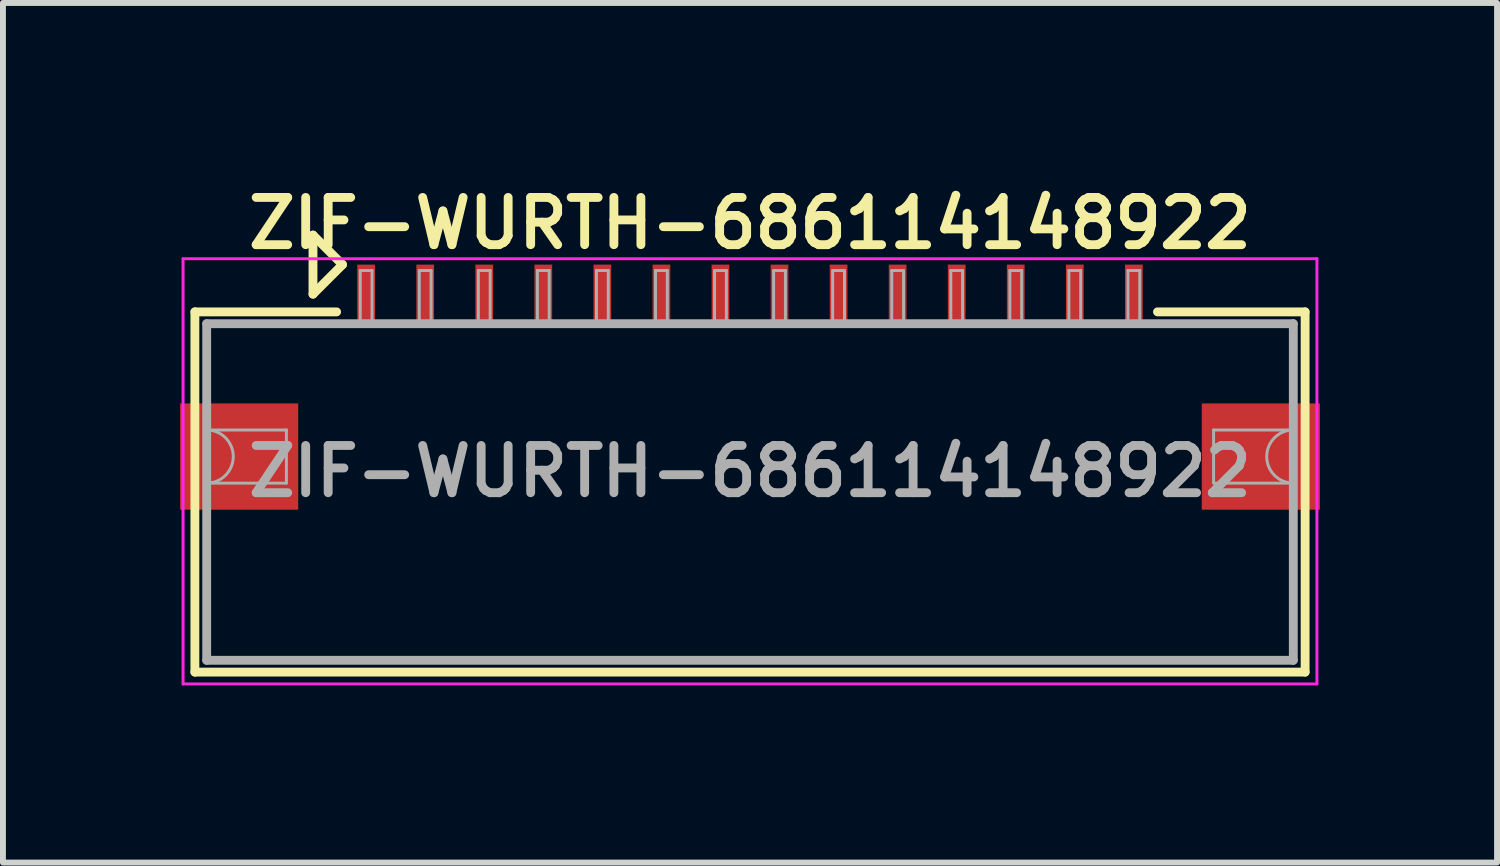
<source format=kicad_pcb>
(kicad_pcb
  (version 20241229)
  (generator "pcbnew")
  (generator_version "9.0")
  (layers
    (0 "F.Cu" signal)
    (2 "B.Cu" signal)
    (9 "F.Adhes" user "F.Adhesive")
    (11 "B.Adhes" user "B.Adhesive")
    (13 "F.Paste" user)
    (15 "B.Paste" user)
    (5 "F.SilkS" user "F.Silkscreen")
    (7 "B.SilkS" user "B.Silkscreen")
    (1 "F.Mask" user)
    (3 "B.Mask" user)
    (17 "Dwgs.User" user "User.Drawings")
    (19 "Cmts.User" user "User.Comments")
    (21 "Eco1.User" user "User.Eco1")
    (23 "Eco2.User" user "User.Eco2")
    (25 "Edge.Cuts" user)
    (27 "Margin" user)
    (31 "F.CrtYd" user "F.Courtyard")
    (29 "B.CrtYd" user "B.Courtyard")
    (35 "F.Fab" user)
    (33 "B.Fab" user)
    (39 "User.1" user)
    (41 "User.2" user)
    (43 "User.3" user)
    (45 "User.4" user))
  (footprint "ZIF-WURTH-686114148922"
    (layer "F.Cu")
    (at 9.65 4.931)
    (property "Reference" "ZIF-WURTH-686114148922" (at 0 -4.2 0) (layer "F.SilkS") (effects (font (size 0.8 0.8) (thickness 0.15))))
    (attr smd)
    (fp_line (start -9.4 -2.7) (end -9.4 3.4) (stroke (width 0.15) (type solid)) (layer "F.SilkS"))
    (fp_line (start -9.4 3.4) (end 9.4 3.4) (stroke (width 0.15) (type solid)) (layer "F.SilkS"))
    (fp_line (start -7.4 -4) (end -7.4 -3) (stroke (width 0.15) (type solid)) (layer "F.SilkS"))
    (fp_line (start -7.4 -3) (end -6.9 -3.5) (stroke (width 0.15) (type solid)) (layer "F.SilkS"))
    (fp_line (start -7 -2.7) (end -9.4 -2.7) (stroke (width 0.15) (type solid)) (layer "F.SilkS"))
    (fp_line (start -6.9 -3.5) (end -7.4 -4) (stroke (width 0.15) (type solid)) (layer "F.SilkS"))
    (fp_line (start 6.9 -2.7) (end 9.4 -2.7) (stroke (width 0.15) (type solid)) (layer "F.SilkS"))
    (fp_line (start 9.4 -2.7) (end 9.4 3.4) (stroke (width 0.15) (type solid)) (layer "F.SilkS"))
    (fp_line (start -9.6 -3.6) (end 9.6 -3.6) (stroke (width 0.05) (type solid)) (layer "F.CrtYd"))
    (fp_line (start -9.6 3.6) (end -9.6 -3.6) (stroke (width 0.05) (type solid)) (layer "F.CrtYd"))
    (fp_line (start 9.6 -3.6) (end 9.6 3.6) (stroke (width 0.05) (type solid)) (layer "F.CrtYd"))
    (fp_line (start 9.6 3.6) (end -9.6 3.6) (stroke (width 0.05) (type solid)) (layer "F.CrtYd"))
    (fp_line (start -9.2 -2.5) (end 9.2 -2.5) (stroke (width 0.15) (type solid)) (layer "F.Fab"))
    (fp_line (start -9.2 3.2) (end -9.2 -2.5) (stroke (width 0.15) (type solid)) (layer "F.Fab"))
    (fp_line (start -7.85 -0.7) (end -9.2 -0.7) (stroke (width 0.05) (type solid)) (layer "F.Fab"))
    (fp_line (start -7.85 0.2) (end -9.2 0.2) (stroke (width 0.05) (type solid)) (layer "F.Fab"))
    (fp_line (start -7.85 0.2) (end -7.85 -0.7) (stroke (width 0.05) (type solid)) (layer "F.Fab"))
    (fp_line (start -6.6 -3.4) (end -6.4 -3.4) (stroke (width 0.05) (type solid)) (layer "F.Fab"))
    (fp_line (start -6.6 -2.5) (end -6.6 -3.4) (stroke (width 0.05) (type solid)) (layer "F.Fab"))
    (fp_line (start -6.4 -3.4) (end -6.4 -2.5) (stroke (width 0.05) (type solid)) (layer "F.Fab"))
    (fp_line (start -5.6 -3.4) (end -5.4 -3.4) (stroke (width 0.05) (type solid)) (layer "F.Fab"))
    (fp_line (start -5.6 -2.5) (end -5.6 -3.4) (stroke (width 0.05) (type solid)) (layer "F.Fab"))
    (fp_line (start -5.4 -3.4) (end -5.4 -2.5) (stroke (width 0.05) (type solid)) (layer "F.Fab"))
    (fp_line (start -4.6 -3.4) (end -4.4 -3.4) (stroke (width 0.05) (type solid)) (layer "F.Fab"))
    (fp_line (start -4.6 -2.5) (end -4.6 -3.4) (stroke (width 0.05) (type solid)) (layer "F.Fab"))
    (fp_line (start -4.4 -3.4) (end -4.4 -2.5) (stroke (width 0.05) (type solid)) (layer "F.Fab"))
    (fp_line (start -3.6 -3.4) (end -3.4 -3.4) (stroke (width 0.05) (type solid)) (layer "F.Fab"))
    (fp_line (start -3.6 -2.5) (end -3.6 -3.4) (stroke (width 0.05) (type solid)) (layer "F.Fab"))
    (fp_line (start -3.4 -3.4) (end -3.4 -2.5) (stroke (width 0.05) (type solid)) (layer "F.Fab"))
    (fp_line (start -2.6 -3.4) (end -2.4 -3.4) (stroke (width 0.05) (type solid)) (layer "F.Fab"))
    (fp_line (start -2.6 -2.5) (end -2.6 -3.4) (stroke (width 0.05) (type solid)) (layer "F.Fab"))
    (fp_line (start -2.4 -3.4) (end -2.4 -2.5) (stroke (width 0.05) (type solid)) (layer "F.Fab"))
    (fp_line (start -1.6 -3.4) (end -1.4 -3.4) (stroke (width 0.05) (type solid)) (layer "F.Fab"))
    (fp_line (start -1.6 -2.5) (end -1.6 -3.4) (stroke (width 0.05) (type solid)) (layer "F.Fab"))
    (fp_line (start -1.4 -3.4) (end -1.4 -2.5) (stroke (width 0.05) (type solid)) (layer "F.Fab"))
    (fp_line (start -0.6 -3.4) (end -0.4 -3.4) (stroke (width 0.05) (type solid)) (layer "F.Fab"))
    (fp_line (start -0.6 -2.5) (end -0.6 -3.4) (stroke (width 0.05) (type solid)) (layer "F.Fab"))
    (fp_line (start -0.4 -3.4) (end -0.4 -2.5) (stroke (width 0.05) (type solid)) (layer "F.Fab"))
    (fp_line (start 0.4 -3.4) (end 0.6 -3.4) (stroke (width 0.05) (type solid)) (layer "F.Fab"))
    (fp_line (start 0.4 -2.5) (end 0.4 -3.4) (stroke (width 0.05) (type solid)) (layer "F.Fab"))
    (fp_line (start 0.6 -3.4) (end 0.6 -2.5) (stroke (width 0.05) (type solid)) (layer "F.Fab"))
    (fp_line (start 1.4 -3.4) (end 1.6 -3.4) (stroke (width 0.05) (type solid)) (layer "F.Fab"))
    (fp_line (start 1.4 -2.5) (end 1.4 -3.4) (stroke (width 0.05) (type solid)) (layer "F.Fab"))
    (fp_line (start 1.6 -3.4) (end 1.6 -2.5) (stroke (width 0.05) (type solid)) (layer "F.Fab"))
    (fp_line (start 2.4 -3.4) (end 2.6 -3.4) (stroke (width 0.05) (type solid)) (layer "F.Fab"))
    (fp_line (start 2.4 -2.5) (end 2.4 -3.4) (stroke (width 0.05) (type solid)) (layer "F.Fab"))
    (fp_line (start 2.6 -3.4) (end 2.6 -2.5) (stroke (width 0.05) (type solid)) (layer "F.Fab"))
    (fp_line (start 3.4 -3.4) (end 3.6 -3.4) (stroke (width 0.05) (type solid)) (layer "F.Fab"))
    (fp_line (start 3.4 -2.5) (end 3.4 -3.4) (stroke (width 0.05) (type solid)) (layer "F.Fab"))
    (fp_line (start 3.6 -3.4) (end 3.6 -2.5) (stroke (width 0.05) (type solid)) (layer "F.Fab"))
    (fp_line (start 4.4 -3.4) (end 4.6 -3.4) (stroke (width 0.05) (type solid)) (layer "F.Fab"))
    (fp_line (start 4.4 -2.5) (end 4.4 -3.4) (stroke (width 0.05) (type solid)) (layer "F.Fab"))
    (fp_line (start 4.6 -3.4) (end 4.6 -2.5) (stroke (width 0.05) (type solid)) (layer "F.Fab"))
    (fp_line (start 5.4 -3.4) (end 5.6 -3.4) (stroke (width 0.05) (type solid)) (layer "F.Fab"))
    (fp_line (start 5.4 -2.5) (end 5.4 -3.4) (stroke (width 0.05) (type solid)) (layer "F.Fab"))
    (fp_line (start 5.6 -3.4) (end 5.6 -2.5) (stroke (width 0.05) (type solid)) (layer "F.Fab"))
    (fp_line (start 6.4 -3.4) (end 6.6 -3.4) (stroke (width 0.05) (type solid)) (layer "F.Fab"))
    (fp_line (start 6.4 -2.5) (end 6.4 -3.4) (stroke (width 0.05) (type solid)) (layer "F.Fab"))
    (fp_line (start 6.6 -3.4) (end 6.6 -2.5) (stroke (width 0.05) (type solid)) (layer "F.Fab"))
    (fp_line (start 7.85 -0.7) (end 7.85 0.2) (stroke (width 0.05) (type solid)) (layer "F.Fab"))
    (fp_line (start 7.85 -0.7) (end 9.2 -0.7) (stroke (width 0.05) (type solid)) (layer "F.Fab"))
    (fp_line (start 7.85 0.2) (end 9.2 0.2) (stroke (width 0.05) (type solid)) (layer "F.Fab"))
    (fp_line (start 9.2 -2.5) (end 9.2 3.2) (stroke (width 0.15) (type solid)) (layer "F.Fab"))
    (fp_line (start 9.2 3.2) (end -9.2 3.2) (stroke (width 0.15) (type solid)) (layer "F.Fab"))
    (fp_arc (start -9.2 -0.7) (mid -8.75 -0.25) (end -9.2 0.2) (stroke (width 0.05) (type solid)) (layer "F.Fab"))
    (fp_arc (start 9.2 0.2) (mid 8.75 -0.25) (end 9.2 -0.7) (stroke (width 0.05) (type solid)) (layer "F.Fab"))
    (fp_text user "${REFERENCE}" (at 0 0 0) (layer "F.Fab") (effects (font (size 0.8 0.8) (thickness 0.15))))
    (pad "" connect rect (at -8.65 -0.25) (size 2 1.8) (layers "F.Cu" "F.Mask"))
    (pad "" connect rect (at 8.65 -0.25) (size 2 1.8) (layers "F.Cu" "F.Mask"))
    (pad "1" connect rect (at -6.5 -3) (size 0.3 1) (layers "F.Cu" "F.Mask"))
    (pad "2" connect rect (at -5.5 -3) (size 0.3 1) (layers "F.Cu" "F.Mask"))
    (pad "3" connect rect (at -4.5 -3) (size 0.3 1) (layers "F.Cu" "F.Mask"))
    (pad "4" connect rect (at -3.5 -3) (size 0.3 1) (layers "F.Cu" "F.Mask"))
    (pad "5" connect rect (at -2.5 -3) (size 0.3 1) (layers "F.Cu" "F.Mask"))
    (pad "6" connect rect (at -1.5 -3) (size 0.3 1) (layers "F.Cu" "F.Mask"))
    (pad "7" connect rect (at -0.5 -3) (size 0.3 1) (layers "F.Cu" "F.Mask"))
    (pad "8" connect rect (at 0.5 -3) (size 0.3 1) (layers "F.Cu" "F.Mask"))
    (pad "9" connect rect (at 1.5 -3) (size 0.3 1) (layers "F.Cu" "F.Mask"))
    (pad "10" connect rect (at 2.5 -3) (size 0.3 1) (layers "F.Cu" "F.Mask"))
    (pad "11" connect rect (at 3.5 -3) (size 0.3 1) (layers "F.Cu" "F.Mask"))
    (pad "12" connect rect (at 4.5 -3) (size 0.3 1) (layers "F.Cu" "F.Mask"))
    (pad "13" connect rect (at 5.5 -3) (size 0.3 1) (layers "F.Cu" "F.Mask"))
    (pad "14" connect rect (at 6.5 -3) (size 0.3 1) (layers "F.Cu" "F.Mask")))
  (gr_rect
    (start -3 -3)
    (end 22.3 11.556)
    (stroke (width 0.1) (type default))
    (fill no)
    (layer "Edge.Cuts")))
</source>
